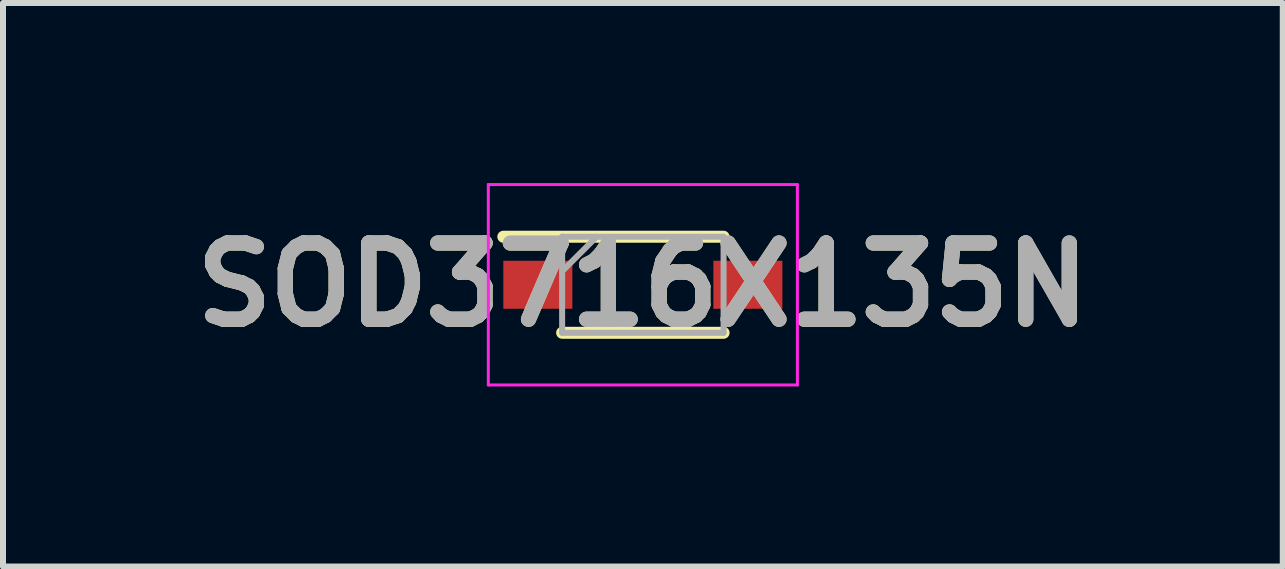
<source format=kicad_pcb>
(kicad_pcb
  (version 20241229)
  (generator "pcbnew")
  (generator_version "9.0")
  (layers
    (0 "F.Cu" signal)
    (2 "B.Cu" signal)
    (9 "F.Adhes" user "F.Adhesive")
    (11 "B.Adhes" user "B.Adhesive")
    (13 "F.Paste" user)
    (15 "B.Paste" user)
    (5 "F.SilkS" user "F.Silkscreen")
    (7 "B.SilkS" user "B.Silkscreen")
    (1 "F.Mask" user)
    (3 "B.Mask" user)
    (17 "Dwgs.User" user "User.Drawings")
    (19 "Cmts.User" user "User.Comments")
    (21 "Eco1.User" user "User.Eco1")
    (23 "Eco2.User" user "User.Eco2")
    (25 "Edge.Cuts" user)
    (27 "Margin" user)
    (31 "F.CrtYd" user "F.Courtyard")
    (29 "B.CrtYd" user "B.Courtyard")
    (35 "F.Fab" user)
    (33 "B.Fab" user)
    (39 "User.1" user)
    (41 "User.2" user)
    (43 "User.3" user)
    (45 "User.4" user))
  (footprint "SOD3716X135N"
    (layer "F.Cu")
    (at 7.662 1.695)
    (property "Reference" "SOD3716X135N" (at 0 0 0) (layer "F.SilkS") (effects (font (size 1.27 1.27) (thickness 0.254))))
    (attr smd)
    (fp_line (start -2.325 -0.8) (end 1.345 -0.8) (stroke (width 0.2) (type solid)) (layer "F.SilkS"))
    (fp_line (start -1.345 0.8) (end 1.345 0.8) (stroke (width 0.2) (type solid)) (layer "F.SilkS"))
    (fp_line (start -2.575 -1.67) (end 2.575 -1.67) (stroke (width 0.05) (type solid)) (layer "F.CrtYd"))
    (fp_line (start -2.575 1.67) (end -2.575 -1.67) (stroke (width 0.05) (type solid)) (layer "F.CrtYd"))
    (fp_line (start 2.575 -1.67) (end 2.575 1.67) (stroke (width 0.05) (type solid)) (layer "F.CrtYd"))
    (fp_line (start 2.575 1.67) (end -2.575 1.67) (stroke (width 0.05) (type solid)) (layer "F.CrtYd"))
    (fp_line (start -1.345 -0.8) (end 1.345 -0.8) (stroke (width 0.1) (type solid)) (layer "F.Fab"))
    (fp_line (start -1.345 -0.225) (end -0.77 -0.8) (stroke (width 0.1) (type solid)) (layer "F.Fab"))
    (fp_line (start -1.345 0.8) (end -1.345 -0.8) (stroke (width 0.1) (type solid)) (layer "F.Fab"))
    (fp_line (start 1.345 -0.8) (end 1.345 0.8) (stroke (width 0.1) (type solid)) (layer "F.Fab"))
    (fp_line (start 1.345 0.8) (end -1.345 0.8) (stroke (width 0.1) (type solid)) (layer "F.Fab"))
    (fp_text user "${REFERENCE}" (at 0 0 0) (layer "F.Fab") (effects (font (size 1.27 1.27) (thickness 0.254))))
    (pad "1" smd rect (at -1.75 0 90) (size 0.8 1.15) (layers "F.Cu" "F.Mask" "F.Paste"))
    (pad "2" smd rect (at 1.75 0 90) (size 0.8 1.15) (layers "F.Cu" "F.Mask" "F.Paste")))
  (gr_rect
    (start -3 -3)
    (end 18.325 6.39)
    (stroke (width 0.1) (type default))
    (fill no)
    (layer "Edge.Cuts")))
</source>
